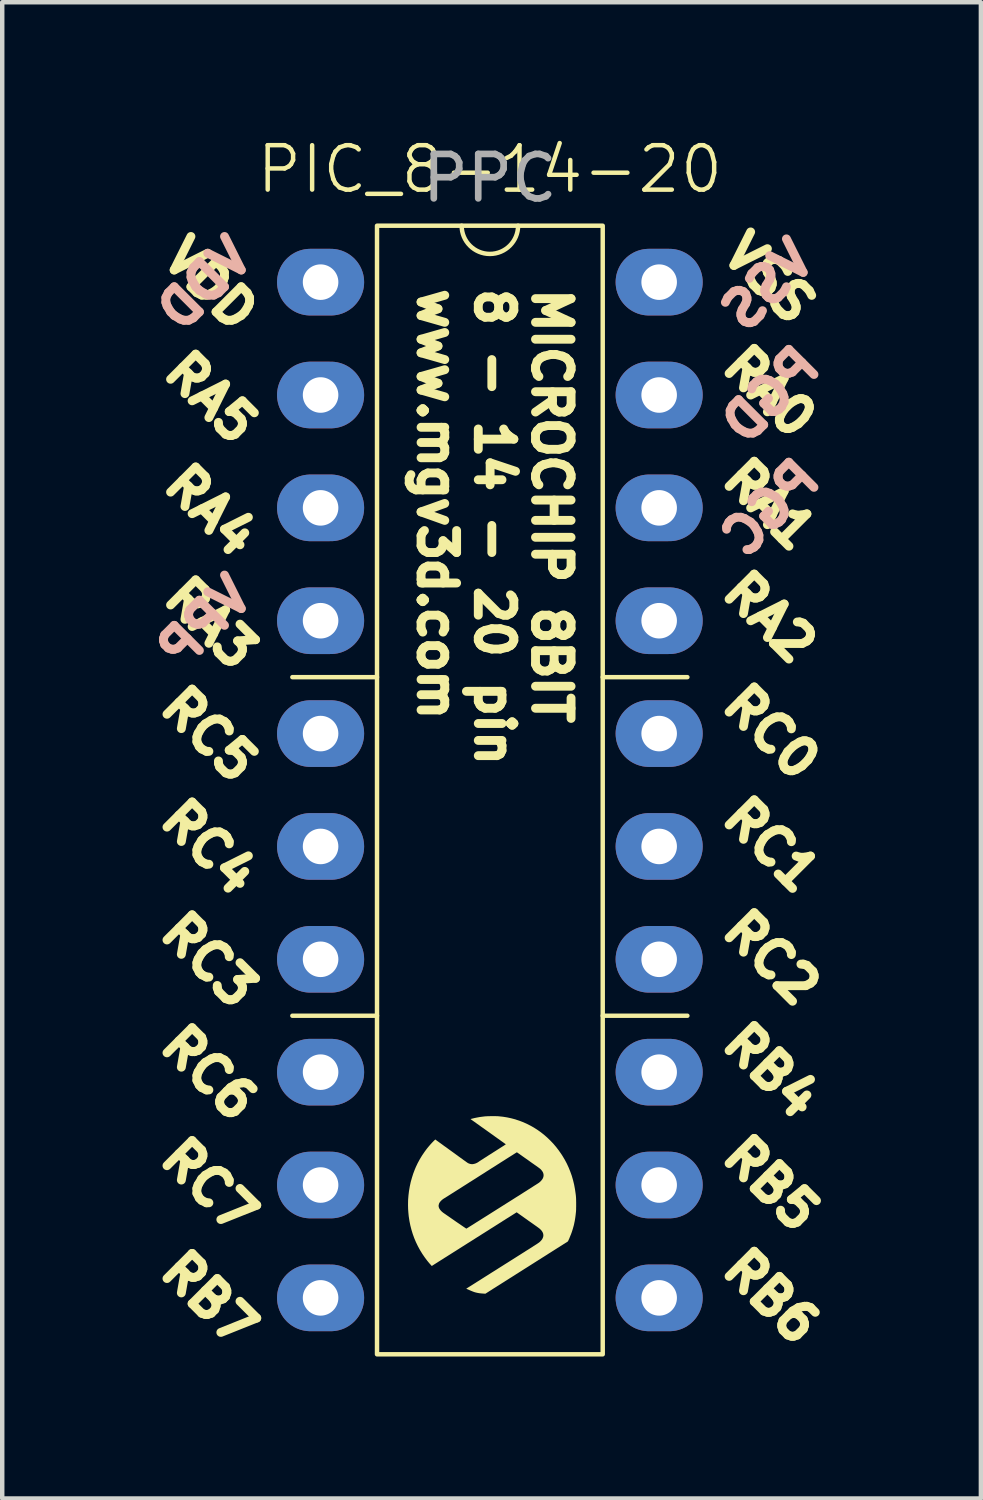
<source format=kicad_pcb>
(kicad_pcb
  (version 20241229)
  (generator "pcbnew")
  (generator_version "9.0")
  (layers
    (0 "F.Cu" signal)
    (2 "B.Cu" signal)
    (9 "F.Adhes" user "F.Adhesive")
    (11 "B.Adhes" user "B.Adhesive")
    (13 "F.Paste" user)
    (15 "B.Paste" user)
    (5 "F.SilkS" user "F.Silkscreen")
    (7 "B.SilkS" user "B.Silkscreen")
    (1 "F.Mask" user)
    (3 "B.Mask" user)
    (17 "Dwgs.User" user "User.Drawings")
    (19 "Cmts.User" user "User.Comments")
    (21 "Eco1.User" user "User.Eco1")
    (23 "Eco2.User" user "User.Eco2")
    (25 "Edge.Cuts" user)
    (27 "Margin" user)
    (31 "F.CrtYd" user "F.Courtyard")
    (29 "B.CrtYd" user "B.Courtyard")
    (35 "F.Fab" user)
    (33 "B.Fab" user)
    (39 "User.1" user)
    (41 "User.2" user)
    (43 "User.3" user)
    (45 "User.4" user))
  (footprint "PIC_8-14-20"
    (layer "F.Cu")
    (at 7.975 13.46)
    (property "Reference" "PIC_8-14-20" (at 0 -12.7 0) (unlocked yes) (layer "F.SilkS") (effects (font (size 1 1) (thickness 0.1))))
    (attr smd)
    (fp_line (start -2.54 -1.27) (end -4.445 -1.27) (stroke (width 0.1) (type default)) (layer "F.SilkS"))
    (fp_line (start -2.54 6.35) (end -4.445 6.35) (stroke (width 0.1) (type default)) (layer "F.SilkS"))
    (fp_line (start 2.54 -1.27) (end 4.445 -1.27) (stroke (width 0.1) (type default)) (layer "F.SilkS"))
    (fp_line (start 2.54 6.35) (end 4.445 6.35) (stroke (width 0.1) (type default)) (layer "F.SilkS"))
    (fp_rect (start -2.54 -11.43) (end 2.54 13.97) (stroke (width 0.1) (type default)) (fill no) (layer "F.SilkS"))
    (fp_arc (start 0.635 -11.43) (mid 0 -10.795) (end -0.635 -11.43) (stroke (width 0.1) (type default)) (layer "F.SilkS"))
    (fp_poly (pts (xy 1.942 10.649) (xy 1.941 10.672) (xy 1.941 10.693) (xy 1.941 10.712) (xy 1.94 10.729) (xy 1.939 10.745) (xy 1.938 10.761) (xy 1.936 10.779) (xy 1.934 10.797) (xy 1.932 10.818) (xy 1.931 10.825) (xy 1.927 10.859) (xy 1.922 10.895) (xy 1.916 10.933) (xy 1.91 10.97) (xy 1.902 11.007) (xy 1.895 11.042) (xy 1.888 11.072) (xy 1.887 11.075) (xy 1.883 11.089) (xy 1.878 11.107) (xy 1.872 11.128) (xy 1.866 11.15) (xy 1.859 11.171) (xy 1.853 11.191) (xy 1.847 11.209) (xy 1.844 11.217) (xy 1.839 11.233) (xy 1.832 11.251) (xy 1.825 11.271) (xy 1.816 11.291) (xy 1.808 11.312) (xy 1.799 11.333) (xy 1.791 11.354) (xy 1.783 11.373) (xy 1.775 11.39) (xy 1.768 11.405) (xy 1.763 11.417) (xy 1.758 11.425) (xy 1.755 11.43) (xy 1.755 11.43) (xy 1.752 11.432) (xy 1.746 11.436) (xy 1.736 11.443) (xy 1.724 11.451) (xy 1.709 11.46) (xy 1.693 11.47) (xy 1.689 11.473) (xy 1.678 11.48) (xy 1.666 11.487) (xy 1.653 11.495) (xy 1.64 11.504) (xy 1.625 11.513) (xy 1.61 11.523) (xy 1.592 11.534) (xy 1.573 11.546) (xy 1.552 11.56) (xy 1.528 11.574) (xy 1.502 11.591) (xy 1.473 11.609) (xy 1.442 11.629) (xy 1.407 11.651) (xy 1.368 11.676) (xy 1.326 11.702) (xy 1.28 11.732) (xy 1.251 11.75) (xy 1.223 11.768) (xy 1.194 11.786) (xy 1.166 11.804) (xy 1.14 11.821) (xy 1.114 11.837) (xy 1.091 11.851) (xy 1.07 11.865) (xy 1.051 11.876) (xy 1.037 11.886) (xy 1.025 11.893) (xy 1.023 11.894) (xy 1.009 11.903) (xy 0.992 11.914) (xy 0.972 11.927) (xy 0.95 11.94) (xy 0.928 11.955) (xy 0.905 11.969) (xy 0.883 11.983) (xy 0.883 11.983) (xy 0.839 12.011) (xy 0.799 12.036) (xy 0.763 12.059) (xy 0.73 12.08) (xy 0.7 12.099) (xy 0.673 12.116) (xy 0.648 12.132) (xy 0.625 12.147) (xy 0.603 12.16) (xy 0.583 12.173) (xy 0.564 12.185) (xy 0.546 12.197) (xy 0.528 12.208) (xy 0.509 12.22) (xy 0.491 12.232) (xy 0.476 12.241) (xy 0.453 12.255) (xy 0.43 12.27) (xy 0.408 12.284) (xy 0.386 12.298) (xy 0.367 12.31) (xy 0.349 12.321) (xy 0.335 12.33) (xy 0.325 12.337) (xy 0.309 12.347) (xy 0.291 12.358) (xy 0.273 12.369) (xy 0.258 12.379) (xy 0.249 12.385) (xy 0.233 12.395) (xy 0.215 12.406) (xy 0.195 12.419) (xy 0.172 12.433) (xy 0.149 12.448) (xy 0.125 12.463) (xy 0.1 12.479) (xy 0.075 12.494) (xy 0.051 12.51) (xy 0.028 12.525) (xy 0.005 12.539) (xy -0.016 12.552) (xy -0.034 12.564) (xy -0.05 12.574) (xy -0.064 12.583) (xy -0.074 12.589) (xy -0.08 12.593) (xy -0.081 12.594) (xy -0.099 12.606) (xy -0.138 12.604) (xy -0.19 12.6) (xy -0.238 12.595) (xy -0.282 12.587) (xy -0.322 12.578) (xy -0.331 12.575) (xy -0.346 12.571) (xy -0.36 12.566) (xy -0.376 12.56) (xy -0.394 12.553) (xy -0.414 12.545) (xy -0.437 12.535) (xy -0.464 12.524) (xy -0.464 12.523) (xy -0.481 12.516) (xy -0.496 12.509) (xy -0.509 12.504) (xy -0.52 12.499) (xy -0.527 12.496) (xy -0.531 12.495) (xy -0.53 12.494) (xy -0.526 12.49) (xy -0.518 12.484) (xy -0.507 12.477) (xy -0.5 12.473) (xy -0.492 12.468) (xy -0.483 12.462) (xy -0.471 12.454) (xy -0.457 12.446) (xy -0.441 12.436) (xy -0.422 12.424) (xy -0.401 12.411) (xy -0.378 12.396) (xy -0.351 12.379) (xy -0.322 12.361) (xy -0.29 12.34) (xy -0.254 12.318) (xy -0.216 12.294) (xy -0.174 12.267) (xy -0.128 12.238) (xy -0.079 12.207) (xy -0.026 12.174) (xy 0.03 12.138) (xy 0.091 12.1) (xy 0.155 12.06) (xy 0.198 12.032) (xy 0.273 11.985) (xy 0.344 11.94) (xy 0.411 11.898) (xy 0.474 11.858) (xy 0.533 11.821) (xy 0.588 11.786) (xy 0.64 11.753) (xy 0.688 11.723) (xy 0.733 11.694) (xy 0.775 11.668) (xy 0.813 11.643) (xy 0.849 11.621) (xy 0.882 11.6) (xy 0.912 11.581) (xy 0.939 11.564) (xy 0.964 11.548) (xy 0.986 11.533) (xy 1.006 11.521) (xy 1.024 11.509) (xy 1.04 11.499) (xy 1.054 11.49) (xy 1.066 11.482) (xy 1.076 11.475) (xy 1.085 11.469) (xy 1.092 11.464) (xy 1.098 11.46) (xy 1.103 11.457) (xy 1.106 11.454) (xy 1.107 11.454) (xy 1.122 11.441) (xy 1.136 11.428) (xy 1.15 11.413) (xy 1.162 11.4) (xy 1.168 11.392) (xy 1.179 11.376) (xy 1.188 11.357) (xy 1.196 11.338) (xy 1.201 11.321) (xy 1.201 11.32) (xy 1.204 11.295) (xy 1.202 11.27) (xy 1.196 11.244) (xy 1.184 11.218) (xy 1.168 11.193) (xy 1.147 11.168) (xy 1.123 11.146) (xy 1.117 11.14) (xy 1.106 11.132) (xy 1.093 11.122) (xy 1.078 11.111) (xy 1.061 11.099) (xy 1.044 11.086) (xy 1.036 11.081) (xy 0.998 11.054) (xy 0.96 11.027) (xy 0.919 10.998) (xy 0.877 10.969) (xy 0.833 10.937) (xy 0.786 10.904) (xy 0.736 10.868) (xy 0.682 10.83) (xy 0.603 10.774) (xy 0.423 10.888) (xy 0.392 10.907) (xy 0.36 10.927) (xy 0.328 10.948) (xy 0.295 10.968) (xy 0.264 10.989) (xy 0.233 11.008) (xy 0.204 11.026) (xy 0.178 11.043) (xy 0.155 11.057) (xy 0.136 11.069) (xy 0.113 11.084) (xy 0.086 11.101) (xy 0.056 11.12) (xy 0.025 11.139) (xy -0.006 11.159) (xy -0.037 11.179) (xy -0.067 11.198) (xy -0.095 11.215) (xy -0.096 11.216) (xy -0.124 11.234) (xy -0.155 11.253) (xy -0.188 11.274) (xy -0.222 11.296) (xy -0.255 11.317) (xy -0.288 11.337) (xy -0.318 11.356) (xy -0.343 11.372) (xy -0.367 11.388) (xy -0.395 11.405) (xy -0.426 11.425) (xy -0.458 11.445) (xy -0.492 11.466) (xy -0.525 11.487) (xy -0.558 11.508) (xy -0.589 11.528) (xy -0.612 11.542) (xy -0.64 11.56) (xy -0.669 11.578) (xy -0.698 11.597) (xy -0.727 11.615) (xy -0.755 11.633) (xy -0.782 11.65) (xy -0.806 11.665) (xy -0.827 11.678) (xy -0.845 11.69) (xy -0.846 11.69) (xy -0.869 11.705) (xy -0.894 11.721) (xy -0.922 11.738) (xy -0.95 11.756) (xy -0.978 11.774) (xy -1.004 11.79) (xy -1.022 11.801) (xy -1.046 11.817) (xy -1.073 11.834) (xy -1.102 11.852) (xy -1.132 11.871) (xy -1.161 11.889) (xy -1.187 11.906) (xy -1.205 11.917) (xy -1.225 11.93) (xy -1.243 11.941) (xy -1.26 11.952) (xy -1.274 11.961) (xy -1.286 11.969) (xy -1.295 11.974) (xy -1.3 11.978) (xy -1.301 11.979) (xy -1.305 11.982) (xy -1.307 11.982) (xy -1.309 11.98) (xy -1.314 11.975) (xy -1.321 11.967) (xy -1.33 11.957) (xy -1.341 11.945) (xy -1.352 11.933) (xy -1.364 11.919) (xy -1.375 11.906) (xy -1.386 11.893) (xy -1.395 11.881) (xy -1.402 11.874) (xy -1.463 11.793) (xy -1.52 11.71) (xy -1.572 11.625) (xy -1.62 11.537) (xy -1.663 11.448) (xy -1.702 11.356) (xy -1.736 11.262) (xy -1.765 11.167) (xy -1.79 11.07) (xy -1.81 10.971) (xy -1.825 10.871) (xy -1.826 10.866) (xy -1.834 10.784) (xy -1.84 10.7) (xy -1.842 10.616) (xy -1.841 10.533) (xy -1.84 10.494) (xy -1.832 10.393) (xy -1.82 10.293) (xy -1.803 10.194) (xy -1.782 10.096) (xy -1.755 9.999) (xy -1.725 9.904) (xy -1.69 9.812) (xy -1.667 9.757) (xy -1.625 9.668) (xy -1.579 9.583) (xy -1.529 9.5) (xy -1.474 9.419) (xy -1.446 9.38) (xy -1.411 9.334) (xy -1.373 9.288) (xy -1.335 9.244) (xy -1.296 9.202) (xy -1.258 9.163) (xy -1.245 9.151) (xy -1.228 9.135) (xy -1.209 9.15) (xy -1.2 9.156) (xy -1.188 9.165) (xy -1.174 9.175) (xy -1.16 9.185) (xy -1.152 9.191) (xy -1.139 9.201) (xy -1.123 9.212) (xy -1.105 9.225) (xy -1.087 9.238) (xy -1.069 9.251) (xy -1.065 9.254) (xy -1.023 9.285) (xy -0.984 9.312) (xy -0.95 9.337) (xy -0.919 9.36) (xy -0.891 9.38) (xy -0.866 9.398) (xy -0.844 9.414) (xy -0.824 9.428) (xy -0.807 9.441) (xy -0.792 9.451) (xy -0.779 9.461) (xy -0.768 9.469) (xy -0.759 9.476) (xy -0.75 9.482) (xy -0.743 9.487) (xy -0.737 9.491) (xy -0.724 9.501) (xy -0.708 9.513) (xy -0.69 9.526) (xy -0.672 9.539) (xy -0.655 9.551) (xy -0.651 9.553) (xy -0.621 9.575) (xy -0.595 9.595) (xy -0.572 9.611) (xy -0.552 9.625) (xy -0.536 9.637) (xy -0.523 9.646) (xy -0.512 9.654) (xy -0.503 9.66) (xy -0.497 9.664) (xy -0.493 9.666) (xy -0.492 9.667) (xy -0.479 9.673) (xy -0.462 9.679) (xy -0.445 9.685) (xy -0.427 9.688) (xy -0.424 9.689) (xy -0.399 9.691) (xy -0.373 9.688) (xy -0.345 9.682) (xy -0.317 9.673) (xy -0.289 9.66) (xy -0.263 9.645) (xy -0.252 9.637) (xy -0.249 9.635) (xy -0.245 9.632) (xy -0.239 9.628) (xy -0.232 9.623) (xy -0.223 9.617) (xy -0.212 9.61) (xy -0.199 9.602) (xy -0.184 9.592) (xy -0.166 9.581) (xy -0.146 9.568) (xy -0.124 9.553) (xy -0.098 9.537) (xy -0.069 9.519) (xy -0.038 9.498) (xy -0.003 9.476) (xy 0.036 9.452) (xy 0.077 9.425) (xy 0.123 9.396) (xy 0.173 9.364) (xy 0.226 9.33) (xy 0.258 9.31) (xy 0.278 9.297) (xy 0.297 9.285) (xy 0.315 9.274) (xy 0.329 9.264) (xy 0.342 9.256) (xy 0.351 9.249) (xy 0.357 9.245) (xy 0.359 9.244) (xy 0.359 9.244) (xy 0.356 9.242) (xy 0.351 9.237) (xy 0.342 9.231) (xy 0.331 9.223) (xy 0.318 9.214) (xy 0.314 9.211) (xy 0.298 9.199) (xy 0.279 9.186) (xy 0.259 9.172) (xy 0.24 9.158) (xy 0.223 9.145) (xy 0.222 9.145) (xy 0.214 9.139) (xy 0.202 9.13) (xy 0.187 9.12) (xy 0.168 9.107) (xy 0.148 9.092) (xy 0.125 9.076) (xy 0.1 9.058) (xy 0.073 9.038) (xy 0.044 9.018) (xy 0.015 8.997) (xy -0.016 8.975) (xy -0.047 8.953) (xy -0.079 8.93) (xy -0.111 8.907) (xy -0.143 8.884) (xy -0.175 8.862) (xy -0.206 8.84) (xy -0.236 8.818) (xy -0.265 8.797) (xy -0.293 8.778) (xy -0.318 8.759) (xy -0.342 8.742) (xy -0.364 8.727) (xy -0.383 8.714) (xy -0.399 8.702) (xy -0.412 8.693) (xy -0.422 8.686) (xy -0.428 8.681) (xy -0.431 8.679) (xy -0.433 8.678) (xy -0.433 8.676) (xy -0.431 8.675) (xy -0.426 8.673) (xy -0.417 8.67) (xy -0.407 8.668) (xy -0.347 8.653) (xy -0.288 8.641) (xy -0.228 8.63) (xy -0.166 8.622) (xy -0.11 8.615) (xy -0.092 8.614) (xy -0.07 8.613) (xy -0.045 8.611) (xy -0.017 8.611) (xy 0.012 8.61) (xy 0.043 8.61) (xy 0.073 8.61) (xy 0.103 8.61) (xy 0.131 8.61) (xy 0.156 8.611) (xy 0.178 8.611) (xy 0.196 8.613) (xy 0.292 8.623) (xy 0.387 8.638) (xy 0.48 8.658) (xy 0.571 8.682) (xy 0.605 8.694) (xy 0.605 9.425) (xy 0.604 9.425) (xy 0.601 9.427) (xy 0.593 9.432) (xy 0.583 9.438) (xy 0.571 9.446) (xy 0.556 9.455) (xy 0.542 9.464) (xy 0.525 9.475) (xy 0.505 9.488) (xy 0.482 9.502) (xy 0.457 9.518) (xy 0.431 9.534) (xy 0.403 9.552) (xy 0.374 9.57) (xy 0.345 9.589) (xy 0.315 9.608) (xy 0.285 9.627) (xy 0.256 9.645) (xy 0.228 9.663) (xy 0.202 9.68) (xy 0.176 9.696) (xy 0.153 9.711) (xy 0.133 9.724) (xy 0.115 9.735) (xy 0.1 9.745) (xy 0.089 9.752) (xy 0.082 9.756) (xy 0.074 9.761) (xy 0.062 9.769) (xy 0.046 9.778) (xy 0.028 9.79) (xy 0.007 9.803) (xy -0.016 9.818) (xy -0.041 9.834) (xy -0.067 9.85) (xy -0.093 9.867) (xy -0.119 9.884) (xy -0.149 9.903) (xy -0.181 9.923) (xy -0.214 9.944) (xy -0.247 9.965) (xy -0.28 9.986) (xy -0.311 10.006) (xy -0.341 10.025) (xy -0.368 10.042) (xy -0.392 10.057) (xy -0.4 10.062) (xy -0.426 10.079) (xy -0.456 10.097) (xy -0.488 10.118) (xy -0.521 10.139) (xy -0.554 10.16) (xy -0.586 10.18) (xy -0.616 10.199) (xy -0.639 10.214) (xy -0.664 10.23) (xy -0.691 10.247) (xy -0.718 10.264) (xy -0.745 10.281) (xy -0.77 10.297) (xy -0.794 10.312) (xy -0.815 10.326) (xy -0.833 10.337) (xy -0.836 10.339) (xy -0.856 10.351) (xy -0.877 10.365) (xy -0.898 10.378) (xy -0.918 10.391) (xy -0.936 10.402) (xy -0.951 10.412) (xy -0.956 10.415) (xy -0.971 10.424) (xy -0.986 10.434) (xy -1 10.443) (xy -1.011 10.45) (xy -1.02 10.455) (xy -1.021 10.455) (xy -1.052 10.475) (xy -1.079 10.496) (xy -1.102 10.518) (xy -1.121 10.54) (xy -1.136 10.562) (xy -1.138 10.565) (xy -1.146 10.587) (xy -1.152 10.611) (xy -1.154 10.626) (xy -1.154 10.631) (xy -1.153 10.639) (xy -1.152 10.647) (xy -1.146 10.67) (xy -1.135 10.694) (xy -1.119 10.717) (xy -1.1 10.74) (xy -1.076 10.763) (xy -1.049 10.785) (xy -1.036 10.794) (xy -1.03 10.798) (xy -1.022 10.804) (xy -1.009 10.812) (xy -0.994 10.823) (xy -0.977 10.835) (xy -0.958 10.848) (xy -0.937 10.862) (xy -0.916 10.877) (xy -0.907 10.883) (xy -0.857 10.918) (xy -0.812 10.949) (xy -0.771 10.978) (xy -0.733 11.004) (xy -0.699 11.027) (xy -0.668 11.048) (xy -0.641 11.067) (xy -0.617 11.083) (xy -0.597 11.097) (xy -0.579 11.109) (xy -0.564 11.119) (xy -0.552 11.127) (xy -0.543 11.133) (xy -0.536 11.138) (xy -0.532 11.14) (xy -0.53 11.141) (xy -0.53 11.141) (xy -0.527 11.14) (xy -0.52 11.136) (xy -0.51 11.13) (xy -0.497 11.122) (xy -0.482 11.113) (xy -0.465 11.102) (xy -0.446 11.09) (xy -0.433 11.082) (xy -0.409 11.067) (xy -0.383 11.051) (xy -0.355 11.033) (xy -0.328 11.016) (xy -0.302 10.999) (xy -0.277 10.984) (xy -0.258 10.972) (xy -0.154 10.906) (xy -0.053 10.843) (xy 0.043 10.782) (xy 0.135 10.724) (xy 0.222 10.669) (xy 0.306 10.616) (xy 0.385 10.566) (xy 0.46 10.519) (xy 0.531 10.474) (xy 0.597 10.432) (xy 0.66 10.393) (xy 0.718 10.356) (xy 0.772 10.321) (xy 0.822 10.29) (xy 0.868 10.26) (xy 0.91 10.234) (xy 0.948 10.21) (xy 0.981 10.188) (xy 1.011 10.169) (xy 1.037 10.153) (xy 1.058 10.139) (xy 1.076 10.128) (xy 1.089 10.119) (xy 1.099 10.113) (xy 1.104 10.109) (xy 1.105 10.109) (xy 1.125 10.092) (xy 1.145 10.073) (xy 1.163 10.053) (xy 1.178 10.033) (xy 1.19 10.014) (xy 1.191 10.012) (xy 1.202 9.985) (xy 1.208 9.959) (xy 1.209 9.933) (xy 1.205 9.907) (xy 1.197 9.881) (xy 1.183 9.855) (xy 1.166 9.832) (xy 1.159 9.823) (xy 1.152 9.815) (xy 1.145 9.808) (xy 1.137 9.8) (xy 1.128 9.792) (xy 1.117 9.784) (xy 1.104 9.774) (xy 1.089 9.763) (xy 1.07 9.749) (xy 1.048 9.733) (xy 1.042 9.729) (xy 1.026 9.718) (xy 1.007 9.705) (xy 0.985 9.689) (xy 0.96 9.672) (xy 0.933 9.653) (xy 0.905 9.633) (xy 0.876 9.612) (xy 0.847 9.591) (xy 0.817 9.57) (xy 0.788 9.55) (xy 0.76 9.53) (xy 0.734 9.512) (xy 0.711 9.495) (xy 0.689 9.48) (xy 0.68 9.473) (xy 0.661 9.459) (xy 0.645 9.449) (xy 0.633 9.44) (xy 0.624 9.434) (xy 0.617 9.429) (xy 0.611 9.427) (xy 0.608 9.425) (xy 0.605 9.425) (xy 0.605 8.694) (xy 0.661 8.712) (xy 0.75 8.746) (xy 0.837 8.785) (xy 0.923 8.829) (xy 0.988 8.866) (xy 1.067 8.916) (xy 1.145 8.971) (xy 1.22 9.03) (xy 1.292 9.093) (xy 1.361 9.16) (xy 1.428 9.23) (xy 1.491 9.304) (xy 1.55 9.381) (xy 1.606 9.461) (xy 1.632 9.501) (xy 1.684 9.588) (xy 1.731 9.676) (xy 1.773 9.767) (xy 1.81 9.859) (xy 1.844 9.954) (xy 1.872 10.051) (xy 1.896 10.15) (xy 1.915 10.252) (xy 1.93 10.355) (xy 1.936 10.404) (xy 1.937 10.418) (xy 1.938 10.431) (xy 1.939 10.443) (xy 1.94 10.456) (xy 1.94 10.47) (xy 1.941 10.485) (xy 1.941 10.502) (xy 1.941 10.523) (xy 1.942 10.546) (xy 1.942 10.574) (xy 1.942 10.59) (xy 1.942 10.622)) (stroke (width 0) (type solid)) (fill yes) (layer "F.SilkS"))
    (fp_text user "RC1" (at 5.08 1.905 315) (unlocked yes) (layer "F.SilkS") (effects (font (size 0.8 0.8) (thickness 0.2) (bold yes)) (justify left bottom)))
    (fp_text user "RC3" (at -5.715 6.35 315) (unlocked yes) (layer "F.SilkS") (effects (font (size 0.8 0.8) (thickness 0.2) (bold yes)) (justify right bottom)))
    (fp_text user "RB7" (at -5.715 13.97 315) (unlocked yes) (layer "F.SilkS") (effects (font (size 0.8 0.8) (thickness 0.2) (bold yes)) (justify right bottom)))
    (fp_text user "VSS" (at 5.08 -10.795 315) (unlocked yes) (layer "F.SilkS") (effects (font (size 0.8 0.8) (thickness 0.2) (bold yes)) (justify left bottom)))
    (fp_text user "RA1" (at 5.08 -5.715 315) (unlocked yes) (layer "F.SilkS") (effects (font (size 0.8 0.8) (thickness 0.2) (bold yes)) (justify left bottom)))
    (fp_text user "RA3" (at -5.715 -1.27 315) (unlocked yes) (layer "F.SilkS") (effects (font (size 0.8 0.8) (thickness 0.2) (bold yes)) (justify right bottom)))
    (fp_text user "RB6" (at 5.08 12.065 315) (unlocked yes) (layer "F.SilkS") (effects (font (size 0.8 0.8) (thickness 0.2) (bold yes)) (justify left bottom)))
    (fp_text user "RC2" (at 5.08 4.445 315) (unlocked yes) (layer "F.SilkS") (effects (font (size 0.8 0.8) (thickness 0.2) (bold yes)) (justify left bottom)))
    (fp_text user "RC4" (at -5.715 3.81 315) (unlocked yes) (layer "F.SilkS") (effects (font (size 0.8 0.8) (thickness 0.2) (bold yes)) (justify right bottom)))
    (fp_text user "RA5" (at -5.715 -6.35 315) (unlocked yes) (layer "F.SilkS") (effects (font (size 0.8 0.8) (thickness 0.2) (bold yes)) (justify right bottom)))
    (fp_text user "VDD" (at -5.715 -8.89 315) (unlocked yes) (layer "F.SilkS") (effects (font (size 0.8 0.8) (thickness 0.2) (bold yes)) (justify right bottom)))
    (fp_text user "RB5" (at 5.08 9.525 315) (unlocked yes) (layer "F.SilkS") (effects (font (size 0.8 0.8) (thickness 0.2) (bold yes)) (justify left bottom)))
    (fp_text user "RC0" (at 5.08 -0.635 315) (unlocked yes) (layer "F.SilkS") (effects (font (size 0.8 0.8) (thickness 0.2) (bold yes)) (justify left bottom)))
    (fp_text user "RC6" (at -5.715 8.89 315) (unlocked yes) (layer "F.SilkS") (effects (font (size 0.8 0.8) (thickness 0.2) (bold yes)) (justify right bottom)))
    (fp_text user "RC5" (at -5.715 1.27 315) (unlocked yes) (layer "F.SilkS") (effects (font (size 0.8 0.8) (thickness 0.2) (bold yes)) (justify right bottom)))
    (fp_text user "RB4" (at 5.08 6.985 315) (unlocked yes) (layer "F.SilkS") (effects (font (size 0.8 0.8) (thickness 0.2) (bold yes)) (justify left bottom)))
    (fp_text user "RA4" (at -5.715 -3.81 315) (unlocked yes) (layer "F.SilkS") (effects (font (size 0.8 0.8) (thickness 0.2) (bold yes)) (justify right bottom)))
    (fp_text user "RC7" (at -5.715 11.43 315) (unlocked yes) (layer "F.SilkS") (effects (font (size 0.8 0.8) (thickness 0.2) (bold yes)) (justify right bottom)))
    (fp_text user "RA0" (at 5.08 -8.255 315) (unlocked yes) (layer "F.SilkS") (effects (font (size 0.8 0.8) (thickness 0.2) (bold yes)) (justify left bottom)))
    (fp_text user "RA2" (at 5.08 -3.175 315) (unlocked yes) (layer "F.SilkS") (effects (font (size 0.8 0.8) (thickness 0.2) (bold yes)) (justify left bottom)))
    (fp_text user "VSS" (at 5.715 -8.89 45) (unlocked yes) (layer "B.SilkS") (effects (font (size 0.8 0.8) (thickness 0.2) (bold yes)) (justify right bottom mirror)))
    (fp_text user "VPP" (at -6.985 -1.27 45) (unlocked yes) (layer "B.SilkS") (effects (font (size 0.8 0.8) (thickness 0.2) (bold yes)) (justify right bottom mirror)))
    (fp_text user "PGD" (at 5.715 -6.35 45) (unlocked yes) (layer "B.SilkS") (effects (font (size 0.8 0.8) (thickness 0.2) (bold yes)) (justify right bottom mirror)))
    (fp_text user "VDD" (at -6.985 -8.89 45) (unlocked yes) (layer "B.SilkS") (effects (font (size 0.8 0.8) (thickness 0.2) (bold yes)) (justify right bottom mirror)))
    (fp_text user "PGC" (at 5.715 -3.81 45) (unlocked yes) (layer "B.SilkS") (effects (font (size 0.8 0.8) (thickness 0.2) (bold yes)) (justify right bottom mirror)))
    (fp_text user "PPC" (at 0 -12.5 0) (unlocked yes) (layer "F.Fab") (effects (font (size 1 1) (thickness 0.15))))
    (fp_text_box "MICROCHIP 8BIT\n8 - 14 - 20 pin\nwww.mgv3d.com" (start -0.318 -11.113) (end 2.857 7.303) (margins 1.002 1.002 1.002 1.002) (angle 270) (layer "F.SilkS") (effects (font (size 0.8 0.8) (thickness 0.2) (bold yes)) (justify left top)) (border no) (stroke (width 0) (type solid)))
    (pad "1" thru_hole oval (at -3.81 -10.16) (size 1.96 1.5) (drill 0.8) (layers "*.Cu" "*.Mask"))
    (pad "2" thru_hole oval (at -3.81 -7.62) (size 1.96 1.5) (drill 0.8) (layers "*.Cu" "*.Mask"))
    (pad "3" thru_hole oval (at -3.81 -5.08) (size 1.96 1.5) (drill 0.8) (layers "*.Cu" "*.Mask"))
    (pad "4" thru_hole oval (at -3.81 -2.54) (size 1.96 1.5) (drill 0.8) (layers "*.Cu" "*.Mask"))
    (pad "5" thru_hole oval (at -3.81 0) (size 1.96 1.5) (drill 0.8) (layers "*.Cu" "*.Mask"))
    (pad "6" thru_hole oval (at -3.81 2.54) (size 1.96 1.5) (drill 0.8) (layers "*.Cu" "*.Mask"))
    (pad "7" thru_hole oval (at -3.81 5.08) (size 1.96 1.5) (drill 0.8) (layers "*.Cu" "*.Mask"))
    (pad "8" thru_hole oval (at -3.81 7.62) (size 1.96 1.5) (drill 0.8) (layers "*.Cu" "*.Mask"))
    (pad "9" thru_hole oval (at -3.81 10.16 180) (size 1.96 1.5) (drill 0.8) (layers "*.Cu" "*.Mask"))
    (pad "10" thru_hole oval (at -3.81 12.7 180) (size 1.96 1.5) (drill 0.8) (layers "*.Cu" "*.Mask"))
    (pad "11" thru_hole oval (at 3.81 12.7) (size 1.96 1.5) (drill 0.8) (layers "*.Cu" "*.Mask"))
    (pad "12" thru_hole oval (at 3.81 10.16) (size 1.96 1.5) (drill 0.8) (layers "*.Cu" "*.Mask"))
    (pad "13" thru_hole oval (at 3.81 7.62) (size 1.96 1.5) (drill 0.8) (layers "*.Cu" "*.Mask"))
    (pad "14" thru_hole oval (at 3.81 5.08) (size 1.96 1.5) (drill 0.8) (layers "*.Cu" "*.Mask"))
    (pad "15" thru_hole oval (at 3.81 2.54) (size 1.96 1.5) (drill 0.8) (layers "*.Cu" "*.Mask"))
    (pad "16" thru_hole oval (at 3.81 0) (size 1.96 1.5) (drill 0.8) (layers "*.Cu" "*.Mask"))
    (pad "17" thru_hole oval (at 3.81 -2.54) (size 1.96 1.5) (drill 0.8) (layers "*.Cu" "*.Mask"))
    (pad "18" thru_hole oval (at 3.81 -5.08) (size 1.96 1.5) (drill 0.8) (layers "*.Cu" "*.Mask"))
    (pad "19" thru_hole oval (at 3.81 -7.62) (size 1.96 1.5) (drill 0.8) (layers "*.Cu" "*.Mask"))
    (pad "20" thru_hole oval (at 3.81 -10.16) (size 1.96 1.5) (drill 0.8) (layers "*.Cu" "*.Mask")))
  (gr_rect
    (start -3 -3)
    (end 19.026 30.675)
    (stroke (width 0.1) (type default))
    (fill no)
    (layer "Edge.Cuts")))
</source>
